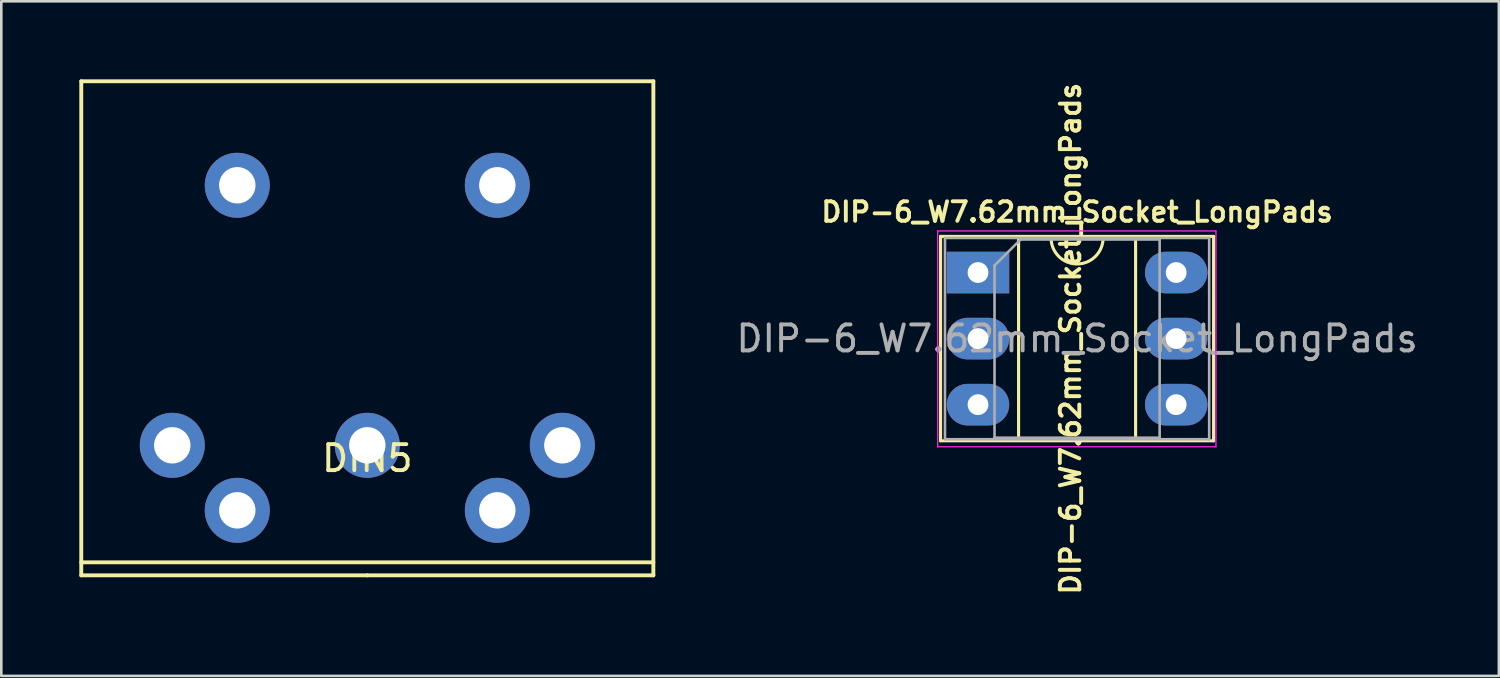
<source format=kicad_pcb>
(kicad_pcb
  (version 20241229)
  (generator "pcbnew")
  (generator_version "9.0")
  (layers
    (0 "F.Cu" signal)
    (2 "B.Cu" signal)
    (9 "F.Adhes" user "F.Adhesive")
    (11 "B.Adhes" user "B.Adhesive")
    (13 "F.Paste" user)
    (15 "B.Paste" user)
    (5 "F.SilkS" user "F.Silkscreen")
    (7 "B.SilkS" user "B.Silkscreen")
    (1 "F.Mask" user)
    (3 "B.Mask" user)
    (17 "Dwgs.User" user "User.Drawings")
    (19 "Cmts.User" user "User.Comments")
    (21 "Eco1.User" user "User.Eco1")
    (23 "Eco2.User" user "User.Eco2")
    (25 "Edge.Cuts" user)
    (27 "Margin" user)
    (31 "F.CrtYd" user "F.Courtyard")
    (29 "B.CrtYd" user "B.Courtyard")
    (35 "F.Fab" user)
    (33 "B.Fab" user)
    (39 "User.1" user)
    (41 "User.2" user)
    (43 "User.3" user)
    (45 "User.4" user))
  (footprint "DIP-6_W7.62mm_Socket_LongPads"
    (layer "F.Cu")
    (at 34.56 7.431)
    (property "Reference" "DIP-6_W7.62mm_Socket_LongPads" (at 3.81 -2.33 0) (layer "F.SilkS") (effects (font (size 0.75 0.75) (thickness 0.15))))
    (property "Value" "DIP-6_W7.62mm_Socket_LongPads" (at 3.81 7.41 0) (layer "F.Fab") (hide yes) (effects (font (size 1 1) (thickness 0.15))))
    (attr through_hole)
    (fp_line (start -1.44 -1.39) (end -1.44 6.47) (stroke (width 0.12) (type solid)) (layer "F.SilkS"))
    (fp_line (start -1.44 6.47) (end 9.06 6.47) (stroke (width 0.12) (type solid)) (layer "F.SilkS"))
    (fp_line (start 1.56 -1.33) (end 1.56 6.41) (stroke (width 0.12) (type solid)) (layer "F.SilkS"))
    (fp_line (start 1.56 6.41) (end 6.06 6.41) (stroke (width 0.12) (type solid)) (layer "F.SilkS"))
    (fp_line (start 2.81 -1.33) (end 1.56 -1.33) (stroke (width 0.12) (type solid)) (layer "F.SilkS"))
    (fp_line (start 6.06 -1.33) (end 4.81 -1.33) (stroke (width 0.12) (type solid)) (layer "F.SilkS"))
    (fp_line (start 6.06 6.41) (end 6.06 -1.33) (stroke (width 0.12) (type solid)) (layer "F.SilkS"))
    (fp_line (start 9.06 -1.39) (end -1.44 -1.39) (stroke (width 0.12) (type solid)) (layer "F.SilkS"))
    (fp_line (start 9.06 6.47) (end 9.06 -1.39) (stroke (width 0.12) (type solid)) (layer "F.SilkS"))
    (fp_arc (start 4.81 -1.33) (mid 3.81 -0.33) (end 2.81 -1.33) (stroke (width 0.12) (type solid)) (layer "F.SilkS"))
    (fp_line (start -1.55 -1.6) (end -1.55 6.7) (stroke (width 0.05) (type solid)) (layer "F.CrtYd"))
    (fp_line (start -1.55 6.7) (end 9.15 6.7) (stroke (width 0.05) (type solid)) (layer "F.CrtYd"))
    (fp_line (start 9.15 -1.6) (end -1.55 -1.6) (stroke (width 0.05) (type solid)) (layer "F.CrtYd"))
    (fp_line (start 9.15 6.7) (end 9.15 -1.6) (stroke (width 0.05) (type solid)) (layer "F.CrtYd"))
    (fp_line (start -1.27 -1.33) (end -1.27 6.41) (stroke (width 0.1) (type solid)) (layer "F.Fab"))
    (fp_line (start -1.27 6.41) (end 8.89 6.41) (stroke (width 0.1) (type solid)) (layer "F.Fab"))
    (fp_line (start 0.635 -0.27) (end 1.635 -1.27) (stroke (width 0.1) (type solid)) (layer "F.Fab"))
    (fp_line (start 0.635 6.35) (end 0.635 -0.27) (stroke (width 0.1) (type solid)) (layer "F.Fab"))
    (fp_line (start 1.635 -1.27) (end 6.985 -1.27) (stroke (width 0.1) (type solid)) (layer "F.Fab"))
    (fp_line (start 6.985 -1.27) (end 6.985 6.35) (stroke (width 0.1) (type solid)) (layer "F.Fab"))
    (fp_line (start 6.985 6.35) (end 0.635 6.35) (stroke (width 0.1) (type solid)) (layer "F.Fab"))
    (fp_line (start 8.89 -1.33) (end -1.27 -1.33) (stroke (width 0.1) (type solid)) (layer "F.Fab"))
    (fp_line (start 8.89 6.41) (end 8.89 -1.33) (stroke (width 0.1) (type solid)) (layer "F.Fab"))
    (fp_text user "${VALUE}" (at 3.556 2.54 90) (layer "F.SilkS") (effects (font (size 0.75 0.75) (thickness 0.15))))
    (fp_text user "${REFERENCE}" (at 3.81 2.54 0) (layer "F.Fab") (effects (font (size 1 1) (thickness 0.15))))
    (pad "1" thru_hole rect (at 0 0) (size 2.4 1.6) (drill 0.8) (layers "*.Cu" "*.Mask"))
    (pad "2" thru_hole oval (at 0 2.54) (size 2.4 1.6) (drill 0.8) (layers "*.Cu" "*.Mask"))
    (pad "3" thru_hole oval (at 0 5.08) (size 2.4 1.6) (drill 0.8) (layers "*.Cu" "*.Mask"))
    (pad "4" thru_hole oval (at 7.62 5.08) (size 2.4 1.6) (drill 0.8) (layers "*.Cu" "*.Mask"))
    (pad "5" thru_hole oval (at 7.62 2.54) (size 2.4 1.6) (drill 0.8) (layers "*.Cu" "*.Mask"))
    (pad "6" thru_hole oval (at 7.62 0) (size 2.4 1.6) (drill 0.8) (layers "*.Cu" "*.Mask")))
  (footprint "DIN5"
    (layer "F.Cu")
    (at 11.075 14.075)
    (property "Reference" "DIN5" (at 0 0.5 0) (layer "F.SilkS") (effects (font (size 1 1) (thickness 0.15))))
    (attr through_hole)
    (fp_line (start -11 -14) (end 11 -14) (stroke (width 0.15) (type solid)) (layer "F.SilkS"))
    (fp_line (start -11 4.5) (end 11 4.5) (stroke (width 0.15) (type solid)) (layer "F.SilkS"))
    (fp_line (start -11 5) (end -11 -14) (stroke (width 0.15) (type solid)) (layer "F.SilkS"))
    (fp_line (start 0 5) (end -11 5) (stroke (width 0.15) (type solid)) (layer "F.SilkS"))
    (fp_line (start 11 -14) (end 11 5) (stroke (width 0.15) (type solid)) (layer "F.SilkS"))
    (fp_line (start 11 5) (end 0 5) (stroke (width 0.15) (type solid)) (layer "F.SilkS"))
    (pad "1" thru_hole circle (at 0 0) (size 2.5 2.5) (drill 1.4) (layers "*.Cu" "*.Mask"))
    (pad "2" thru_hole circle (at -7.5 0) (size 2.5 2.5) (drill 1.4) (layers "*.Cu" "*.Mask"))
    (pad "3" thru_hole circle (at 7.5 0) (size 2.5 2.5) (drill 1.4) (layers "*.Cu" "*.Mask"))
    (pad "4" thru_hole circle (at -5 2.5) (size 2.5 2.5) (drill 1.4) (layers "*.Cu" "*.Mask"))
    (pad "5" thru_hole circle (at 5 2.5) (size 2.5 2.5) (drill 1.4) (layers "*.Cu" "*.Mask"))
    (pad "6" thru_hole circle (at -5 -10) (size 2.5 2.5) (drill 1.4) (layers "*.Cu" "*.Mask"))
    (pad "7" thru_hole circle (at 5 -10) (size 2.5 2.5) (drill 1.4) (layers "*.Cu" "*.Mask")))
  (gr_rect
    (start -3 -3)
    (end 54.59 22.943)
    (stroke (width 0.1) (type default))
    (fill no)
    (layer "Edge.Cuts")))
</source>
